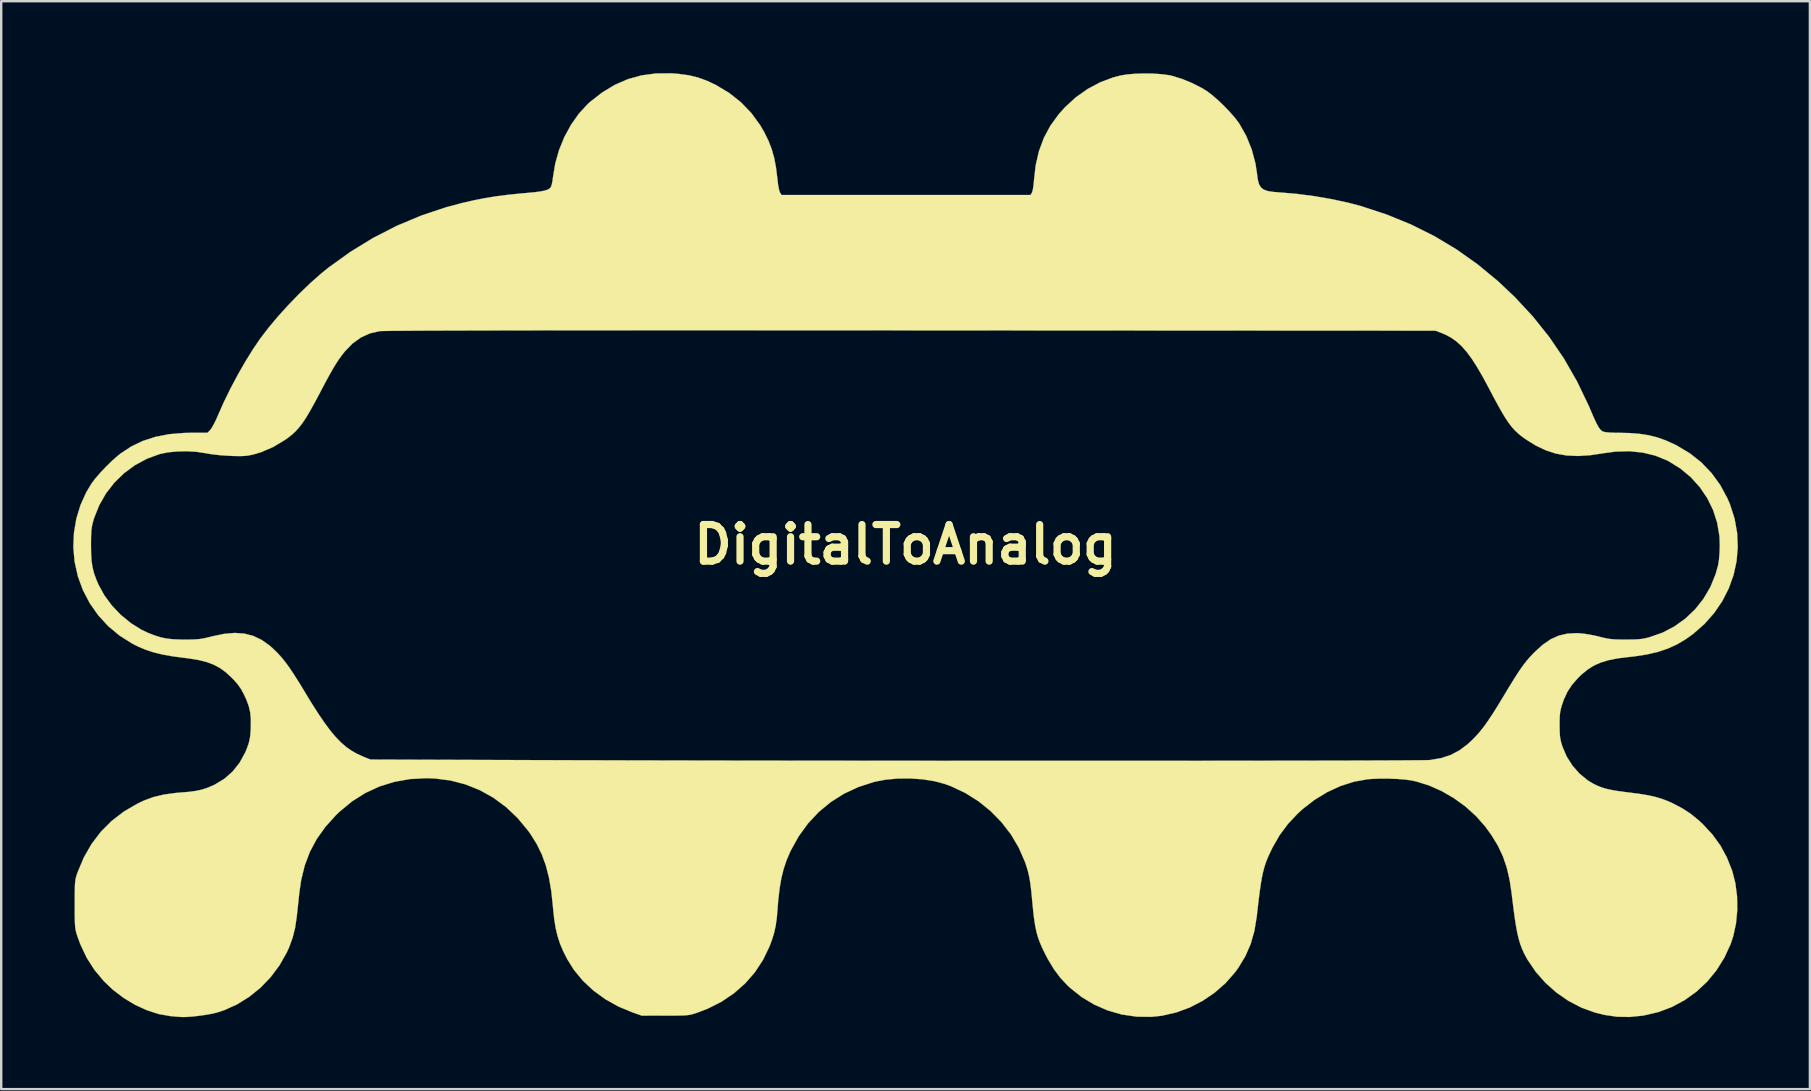
<source format=kicad_pcb>
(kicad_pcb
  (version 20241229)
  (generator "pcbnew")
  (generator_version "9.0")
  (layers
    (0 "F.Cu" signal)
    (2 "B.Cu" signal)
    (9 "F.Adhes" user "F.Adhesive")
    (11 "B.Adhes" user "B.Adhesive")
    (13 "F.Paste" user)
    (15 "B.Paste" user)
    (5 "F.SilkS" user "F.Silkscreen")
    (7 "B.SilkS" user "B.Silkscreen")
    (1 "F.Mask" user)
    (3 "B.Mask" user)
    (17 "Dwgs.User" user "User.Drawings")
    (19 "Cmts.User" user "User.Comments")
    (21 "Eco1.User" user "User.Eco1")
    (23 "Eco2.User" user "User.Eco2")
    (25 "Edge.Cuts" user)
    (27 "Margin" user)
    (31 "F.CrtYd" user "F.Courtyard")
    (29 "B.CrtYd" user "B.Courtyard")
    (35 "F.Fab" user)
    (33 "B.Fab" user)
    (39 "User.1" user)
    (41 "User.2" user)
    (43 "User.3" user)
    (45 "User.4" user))
  (footprint "DigitalToAnalog"
    (layer "F.Cu")
    (at 34.67 19.635)
    (property "Reference" "DigitalToAnalog" (at 0 0 0) (layer "F.SilkS") (effects (font (size 1.524 1.524) (thickness 0.3))))
    (attr through_hole)
    (fp_poly (pts (xy -9.467 -19.609) (xy -9.031 -19.55) (xy -8.637 -19.454) (xy -8.251 -19.312) (xy -7.904 -19.147) (xy -7.351 -18.816) (xy -6.858 -18.427) (xy -6.427 -17.98) (xy -6.059 -17.477) (xy -5.89 -17.187) (xy -5.713 -16.83) (xy -5.576 -16.478) (xy -5.472 -16.111) (xy -5.395 -15.706) (xy -5.338 -15.241) (xy -5.336 -15.223) (xy -5.31 -14.998) (xy -5.277 -14.816) (xy -5.243 -14.693) (xy -5.228 -14.662) (xy -5.163 -14.563) (xy 5.205 -14.563) (xy 5.265 -14.658) (xy 5.295 -14.745) (xy 5.322 -14.894) (xy 5.344 -15.081) (xy 5.349 -15.155) (xy 5.422 -15.8) (xy 5.559 -16.392) (xy 5.762 -16.939) (xy 6.034 -17.447) (xy 6.379 -17.923) (xy 6.643 -18.218) (xy 7.093 -18.63) (xy 7.587 -18.979) (xy 8.114 -19.259) (xy 8.663 -19.464) (xy 8.975 -19.543) (xy 9.255 -19.587) (xy 9.588 -19.614) (xy 9.949 -19.624) (xy 10.313 -19.618) (xy 10.657 -19.595) (xy 10.955 -19.556) (xy 11.096 -19.527) (xy 11.513 -19.399) (xy 11.938 -19.225) (xy 12.337 -19.022) (xy 12.535 -18.902) (xy 12.75 -18.742) (xy 12.995 -18.532) (xy 13.249 -18.291) (xy 13.494 -18.037) (xy 13.711 -17.79) (xy 13.881 -17.568) (xy 13.904 -17.533) (xy 14.196 -17.016) (xy 14.422 -16.456) (xy 14.577 -15.873) (xy 14.641 -15.451) (xy 14.674 -15.202) (xy 14.724 -15.014) (xy 14.803 -14.879) (xy 14.922 -14.786) (xy 15.092 -14.726) (xy 15.326 -14.69) (xy 15.579 -14.67) (xy 16.29 -14.61) (xy 17.022 -14.515) (xy 17.75 -14.39) (xy 18.444 -14.24) (xy 18.988 -14.095) (xy 20.055 -13.744) (xy 21.069 -13.328) (xy 22.034 -12.846) (xy 22.953 -12.295) (xy 23.833 -11.671) (xy 24.678 -10.973) (xy 25.38 -10.31) (xy 26.132 -9.5) (xy 26.813 -8.648) (xy 27.425 -7.75) (xy 27.97 -6.801) (xy 28.452 -5.797) (xy 28.551 -5.567) (xy 28.674 -5.28) (xy 28.776 -5.063) (xy 28.861 -4.906) (xy 28.936 -4.799) (xy 29.007 -4.732) (xy 29.042 -4.711) (xy 29.141 -4.685) (xy 29.317 -4.667) (xy 29.561 -4.658) (xy 29.676 -4.657) (xy 30.163 -4.646) (xy 30.587 -4.612) (xy 30.967 -4.553) (xy 31.321 -4.463) (xy 31.669 -4.338) (xy 32.03 -4.175) (xy 32.131 -4.125) (xy 32.67 -3.803) (xy 33.154 -3.419) (xy 33.578 -2.975) (xy 33.941 -2.475) (xy 34.239 -1.921) (xy 34.345 -1.672) (xy 34.534 -1.084) (xy 34.64 -0.49) (xy 34.667 0.104) (xy 34.617 0.692) (xy 34.492 1.267) (xy 34.293 1.822) (xy 34.024 2.351) (xy 33.686 2.848) (xy 33.281 3.306) (xy 32.812 3.718) (xy 32.502 3.94) (xy 32.137 4.156) (xy 31.756 4.331) (xy 31.342 4.47) (xy 30.882 4.577) (xy 30.361 4.657) (xy 30.121 4.683) (xy 29.669 4.739) (xy 29.286 4.814) (xy 28.958 4.913) (xy 28.67 5.042) (xy 28.407 5.209) (xy 28.155 5.417) (xy 28.025 5.543) (xy 27.771 5.829) (xy 27.576 6.122) (xy 27.423 6.451) (xy 27.341 6.689) (xy 27.296 6.847) (xy 27.267 6.996) (xy 27.251 7.162) (xy 27.245 7.37) (xy 27.245 7.535) (xy 27.249 7.778) (xy 27.259 7.963) (xy 27.281 8.116) (xy 27.317 8.265) (xy 27.362 8.412) (xy 27.54 8.827) (xy 27.783 9.21) (xy 28.08 9.546) (xy 28.421 9.824) (xy 28.644 9.958) (xy 28.82 10.044) (xy 28.996 10.114) (xy 29.187 10.172) (xy 29.408 10.221) (xy 29.676 10.267) (xy 30.006 10.311) (xy 30.163 10.33) (xy 30.577 10.384) (xy 30.924 10.441) (xy 31.221 10.507) (xy 31.488 10.585) (xy 31.741 10.68) (xy 31.946 10.771) (xy 32.353 10.984) (xy 32.708 11.215) (xy 33.044 11.49) (xy 33.204 11.638) (xy 33.609 12.074) (xy 33.942 12.532) (xy 34.212 13.028) (xy 34.432 13.581) (xy 34.436 13.594) (xy 34.568 14.107) (xy 34.638 14.655) (xy 34.647 15.217) (xy 34.595 15.774) (xy 34.481 16.305) (xy 34.375 16.629) (xy 34.111 17.203) (xy 33.783 17.729) (xy 33.395 18.202) (xy 32.953 18.617) (xy 32.462 18.971) (xy 31.93 19.258) (xy 31.36 19.473) (xy 30.759 19.613) (xy 30.702 19.622) (xy 30.156 19.677) (xy 29.635 19.667) (xy 29.115 19.591) (xy 28.707 19.489) (xy 28.148 19.285) (xy 27.613 19.006) (xy 27.112 18.659) (xy 26.655 18.253) (xy 26.252 17.796) (xy 25.913 17.296) (xy 25.851 17.187) (xy 25.757 17.006) (xy 25.675 16.824) (xy 25.604 16.631) (xy 25.542 16.418) (xy 25.484 16.175) (xy 25.431 15.89) (xy 25.378 15.554) (xy 25.325 15.157) (xy 25.267 14.689) (xy 25.251 14.55) (xy 25.165 13.971) (xy 25.045 13.455) (xy 24.884 12.984) (xy 24.675 12.541) (xy 24.411 12.107) (xy 24.147 11.743) (xy 23.764 11.308) (xy 23.323 10.91) (xy 22.837 10.558) (xy 22.321 10.26) (xy 21.788 10.026) (xy 21.253 9.862) (xy 21.061 9.822) (xy 20.8 9.787) (xy 20.482 9.762) (xy 20.135 9.749) (xy 19.783 9.747) (xy 19.456 9.759) (xy 19.241 9.776) (xy 18.677 9.878) (xy 18.115 10.058) (xy 17.563 10.313) (xy 17.033 10.636) (xy 16.534 11.023) (xy 16.345 11.196) (xy 15.932 11.634) (xy 15.586 12.099) (xy 15.289 12.616) (xy 15.261 12.673) (xy 15.162 12.879) (xy 15.078 13.068) (xy 15.007 13.251) (xy 14.946 13.44) (xy 14.892 13.644) (xy 14.844 13.874) (xy 14.798 14.142) (xy 14.753 14.457) (xy 14.706 14.83) (xy 14.655 15.272) (xy 14.63 15.494) (xy 14.533 16.09) (xy 14.379 16.632) (xy 14.16 17.136) (xy 13.873 17.613) (xy 13.729 17.812) (xy 13.333 18.265) (xy 12.878 18.664) (xy 12.376 19.005) (xy 11.837 19.283) (xy 11.27 19.491) (xy 10.687 19.624) (xy 10.245 19.672) (xy 9.621 19.664) (xy 9.01 19.574) (xy 8.42 19.405) (xy 7.857 19.16) (xy 7.327 18.84) (xy 6.838 18.449) (xy 6.743 18.359) (xy 6.446 18.041) (xy 6.18 17.684) (xy 5.93 17.27) (xy 5.81 17.039) (xy 5.693 16.799) (xy 5.598 16.579) (xy 5.521 16.367) (xy 5.458 16.147) (xy 5.406 15.905) (xy 5.362 15.626) (xy 5.322 15.296) (xy 5.283 14.901) (xy 5.27 14.758) (xy 5.235 14.401) (xy 5.199 14.109) (xy 5.158 13.861) (xy 5.108 13.639) (xy 5.045 13.421) (xy 4.972 13.208) (xy 4.717 12.623) (xy 4.39 12.071) (xy 3.996 11.561) (xy 3.543 11.099) (xy 3.039 10.691) (xy 2.49 10.346) (xy 1.903 10.068) (xy 1.635 9.97) (xy 1.196 9.853) (xy 0.706 9.777) (xy 0.187 9.741) (xy -0.336 9.746) (xy -0.839 9.793) (xy -1.3 9.882) (xy -1.308 9.885) (xy -1.957 10.095) (xy -2.56 10.375) (xy -3.114 10.724) (xy -3.616 11.138) (xy -4.063 11.617) (xy -4.455 12.158) (xy -4.787 12.758) (xy -4.802 12.789) (xy -4.953 13.142) (xy -5.075 13.505) (xy -5.172 13.893) (xy -5.246 14.322) (xy -5.302 14.809) (xy -5.331 15.177) (xy -5.363 15.557) (xy -5.409 15.88) (xy -5.474 16.175) (xy -5.565 16.469) (xy -5.668 16.743) (xy -5.938 17.303) (xy -6.276 17.817) (xy -6.68 18.28) (xy -7.145 18.689) (xy -7.667 19.042) (xy -8.243 19.333) (xy -8.678 19.5) (xy -8.796 19.538) (xy -8.898 19.568) (xy -8.997 19.589) (xy -9.109 19.604) (xy -9.247 19.613) (xy -9.426 19.618) (xy -9.658 19.62) (xy -9.96 19.621) (xy -10.012 19.621) (xy -10.986 19.622) (xy -11.375 19.485) (xy -11.963 19.241) (xy -12.508 18.935) (xy -13.003 18.575) (xy -13.441 18.165) (xy -13.815 17.712) (xy -14.092 17.269) (xy -14.26 16.936) (xy -14.393 16.621) (xy -14.496 16.303) (xy -14.576 15.962) (xy -14.636 15.58) (xy -14.683 15.137) (xy -14.69 15.05) (xy -14.757 14.425) (xy -14.853 13.868) (xy -14.982 13.367) (xy -15.149 12.909) (xy -15.357 12.482) (xy -15.612 12.072) (xy -15.718 11.922) (xy -16.156 11.393) (xy -16.64 10.934) (xy -17.165 10.545) (xy -17.729 10.23) (xy -18.328 9.989) (xy -18.956 9.826) (xy -19.612 9.742) (xy -19.96 9.73) (xy -20.645 9.767) (xy -21.297 9.883) (xy -21.916 10.076) (xy -22.502 10.347) (xy -23.054 10.695) (xy -23.57 11.121) (xy -23.732 11.276) (xy -24.168 11.761) (xy -24.526 12.263) (xy -24.81 12.793) (xy -25.025 13.36) (xy -25.175 13.973) (xy -25.25 14.488) (xy -25.278 14.751) (xy -25.308 15.029) (xy -25.336 15.289) (xy -25.359 15.498) (xy -25.36 15.507) (xy -25.428 15.968) (xy -25.532 16.381) (xy -25.679 16.78) (xy -25.78 17) (xy -26.082 17.532) (xy -26.448 18.02) (xy -26.869 18.458) (xy -27.338 18.837) (xy -27.846 19.153) (xy -28.385 19.396) (xy -28.674 19.491) (xy -28.88 19.541) (xy -29.14 19.587) (xy -29.425 19.628) (xy -29.708 19.659) (xy -29.961 19.677) (xy -30.141 19.679) (xy -30.256 19.672) (xy -30.421 19.659) (xy -30.605 19.642) (xy -30.628 19.64) (xy -31.114 19.554) (xy -31.61 19.393) (xy -32.103 19.166) (xy -32.578 18.878) (xy -33.023 18.538) (xy -33.385 18.194) (xy -33.781 17.722) (xy -34.107 17.214) (xy -34.371 16.656) (xy -34.487 16.341) (xy -34.525 16.224) (xy -34.554 16.123) (xy -34.575 16.024) (xy -34.59 15.913) (xy -34.599 15.777) (xy -34.604 15.6) (xy -34.607 15.37) (xy -34.607 15.073) (xy -34.607 14.986) (xy -34.607 14.67) (xy -34.605 14.425) (xy -34.601 14.237) (xy -34.593 14.093) (xy -34.58 13.98) (xy -34.561 13.883) (xy -34.535 13.789) (xy -34.499 13.685) (xy -34.488 13.652) (xy -34.228 13.033) (xy -33.904 12.469) (xy -33.518 11.961) (xy -33.07 11.512) (xy -32.56 11.12) (xy -31.991 10.789) (xy -31.713 10.658) (xy -31.322 10.515) (xy -30.888 10.412) (xy -30.395 10.345) (xy -30.189 10.328) (xy -29.842 10.299) (xy -29.557 10.26) (xy -29.312 10.207) (xy -29.085 10.133) (xy -28.853 10.035) (xy -28.765 9.993) (xy -28.367 9.751) (xy -28.022 9.444) (xy -27.732 9.076) (xy -27.5 8.649) (xy -27.426 8.467) (xy -27.363 8.284) (xy -27.321 8.122) (xy -27.295 7.952) (xy -27.278 7.742) (xy -27.273 7.619) (xy -27.27 7.281) (xy -27.296 6.994) (xy -27.358 6.726) (xy -27.462 6.448) (xy -27.563 6.231) (xy -27.682 6.012) (xy -27.818 5.819) (xy -27.994 5.62) (xy -28.06 5.553) (xy -28.303 5.328) (xy -28.548 5.148) (xy -28.81 5.006) (xy -29.103 4.895) (xy -29.444 4.809) (xy -29.848 4.742) (xy -30.052 4.717) (xy -30.538 4.653) (xy -30.956 4.578) (xy -31.324 4.488) (xy -31.658 4.378) (xy -31.975 4.244) (xy -32.225 4.116) (xy -32.747 3.786) (xy -33.217 3.392) (xy -33.63 2.942) (xy -33.98 2.443) (xy -34.264 1.901) (xy -34.476 1.323) (xy -34.612 0.716) (xy -34.613 0.709) (xy -34.665 0.108) (xy -34.662 0.042) (xy -33.93 0.042) (xy -33.924 0.401) (xy -33.904 0.698) (xy -33.864 0.958) (xy -33.801 1.202) (xy -33.71 1.453) (xy -33.615 1.674) (xy -33.371 2.118) (xy -33.058 2.541) (xy -32.689 2.927) (xy -32.278 3.265) (xy -31.84 3.541) (xy -31.544 3.681) (xy -31.266 3.788) (xy -31.019 3.865) (xy -30.777 3.915) (xy -30.514 3.944) (xy -30.205 3.956) (xy -30.035 3.957) (xy -29.774 3.956) (xy -29.572 3.949) (xy -29.401 3.934) (xy -29.237 3.907) (xy -29.052 3.866) (xy -28.87 3.82) (xy -28.381 3.718) (xy -27.941 3.68) (xy -27.54 3.709) (xy -27.17 3.804) (xy -26.822 3.97) (xy -26.488 4.207) (xy -26.339 4.339) (xy -26.162 4.512) (xy -25.994 4.697) (xy -25.826 4.905) (xy -25.65 5.148) (xy -25.459 5.435) (xy -25.243 5.778) (xy -25.056 6.087) (xy -24.744 6.6) (xy -24.462 7.042) (xy -24.204 7.421) (xy -23.966 7.742) (xy -23.74 8.013) (xy -23.52 8.239) (xy -23.303 8.428) (xy -23.08 8.584) (xy -22.847 8.716) (xy -22.598 8.829) (xy -22.572 8.84) (xy -22.288 8.954) (xy -16.192 8.975) (xy -15.316 8.978) (xy -14.396 8.981) (xy -13.437 8.984) (xy -12.442 8.986) (xy -11.414 8.989) (xy -10.356 8.991) (xy -9.27 8.993) (xy -8.161 8.995) (xy -7.031 8.997) (xy -5.883 8.998) (xy -4.72 9) (xy -3.546 9.001) (xy -2.363 9.002) (xy -1.174 9.003) (xy 0.017 9.004) (xy 1.207 9.005) (xy 2.394 9.006) (xy 3.573 9.006) (xy 4.743 9.007) (xy 5.9 9.007) (xy 7.041 9.007) (xy 8.162 9.007) (xy 9.262 9.007) (xy 10.336 9.006) (xy 11.382 9.006) (xy 12.396 9.005) (xy 13.376 9.004) (xy 14.318 9.003) (xy 15.22 9.002) (xy 16.077 9.001) (xy 16.888 9) (xy 17.65 8.998) (xy 18.358 8.997) (xy 19.01 8.995) (xy 19.603 8.993) (xy 20.133 8.991) (xy 20.599 8.989) (xy 20.996 8.986) (xy 21.321 8.984) (xy 21.572 8.981) (xy 21.746 8.978) (xy 21.838 8.975) (xy 21.85 8.974) (xy 22.305 8.895) (xy 22.706 8.765) (xy 23.07 8.574) (xy 23.417 8.313) (xy 23.618 8.126) (xy 23.783 7.955) (xy 23.94 7.775) (xy 24.098 7.575) (xy 24.263 7.343) (xy 24.445 7.07) (xy 24.65 6.745) (xy 24.886 6.356) (xy 24.911 6.314) (xy 25.135 5.943) (xy 25.324 5.635) (xy 25.486 5.38) (xy 25.628 5.169) (xy 25.757 4.99) (xy 25.88 4.833) (xy 26.005 4.689) (xy 26.139 4.547) (xy 26.222 4.462) (xy 26.552 4.165) (xy 26.875 3.944) (xy 27.205 3.795) (xy 27.554 3.712) (xy 27.935 3.689) (xy 28.065 3.693) (xy 28.268 3.714) (xy 28.514 3.753) (xy 28.765 3.804) (xy 28.892 3.835) (xy 29.091 3.884) (xy 29.259 3.919) (xy 29.422 3.94) (xy 29.604 3.952) (xy 29.831 3.957) (xy 29.993 3.957) (xy 30.266 3.955) (xy 30.476 3.948) (xy 30.648 3.932) (xy 30.803 3.905) (xy 30.965 3.866) (xy 30.988 3.86) (xy 31.529 3.67) (xy 32.03 3.409) (xy 32.486 3.082) (xy 32.891 2.696) (xy 33.24 2.256) (xy 33.525 1.769) (xy 33.742 1.241) (xy 33.846 0.868) (xy 33.884 0.638) (xy 33.908 0.356) (xy 33.918 0.053) (xy 33.911 -0.239) (xy 33.903 -0.359) (xy 33.81 -0.911) (xy 33.64 -1.44) (xy 33.396 -1.936) (xy 33.085 -2.395) (xy 32.709 -2.809) (xy 32.275 -3.171) (xy 31.787 -3.473) (xy 31.72 -3.507) (xy 31.239 -3.704) (xy 30.717 -3.831) (xy 30.163 -3.889) (xy 29.587 -3.875) (xy 29.104 -3.81) (xy 28.53 -3.724) (xy 28.011 -3.691) (xy 27.537 -3.712) (xy 27.094 -3.79) (xy 26.672 -3.927) (xy 26.258 -4.124) (xy 25.886 -4.353) (xy 25.708 -4.478) (xy 25.55 -4.602) (xy 25.407 -4.733) (xy 25.271 -4.88) (xy 25.137 -5.053) (xy 24.997 -5.259) (xy 24.846 -5.509) (xy 24.676 -5.811) (xy 24.48 -6.173) (xy 24.317 -6.484) (xy 24.055 -6.972) (xy 23.814 -7.387) (xy 23.59 -7.737) (xy 23.375 -8.028) (xy 23.164 -8.267) (xy 22.951 -8.462) (xy 22.729 -8.619) (xy 22.493 -8.745) (xy 22.32 -8.818) (xy 22.077 -8.911) (xy 0.254 -8.923) (xy -1.601 -8.924) (xy -3.371 -8.925) (xy -5.057 -8.925) (xy -6.661 -8.926) (xy -8.181 -8.926) (xy -9.619 -8.926) (xy -10.975 -8.926) (xy -12.249 -8.925) (xy -13.442 -8.925) (xy -14.555 -8.924) (xy -15.587 -8.923) (xy -16.539 -8.921) (xy -17.413 -8.92) (xy -18.207 -8.918) (xy -18.923 -8.916) (xy -19.561 -8.914) (xy -20.121 -8.912) (xy -20.604 -8.909) (xy -21.011 -8.906) (xy -21.341 -8.904) (xy -21.596 -8.9) (xy -21.775 -8.897) (xy -21.879 -8.893) (xy -21.904 -8.891) (xy -22.309 -8.799) (xy -22.683 -8.63) (xy -23.027 -8.384) (xy -23.344 -8.058) (xy -23.382 -8.012) (xy -23.499 -7.861) (xy -23.611 -7.706) (xy -23.723 -7.536) (xy -23.843 -7.338) (xy -23.977 -7.103) (xy -24.133 -6.819) (xy -24.316 -6.474) (xy -24.403 -6.307) (xy -24.616 -5.907) (xy -24.801 -5.574) (xy -24.965 -5.298) (xy -25.116 -5.07) (xy -25.261 -4.881) (xy -25.407 -4.72) (xy -25.562 -4.577) (xy -25.732 -4.443) (xy -25.844 -4.364) (xy -26.338 -4.067) (xy -26.845 -3.849) (xy -27.133 -3.763) (xy -27.291 -3.726) (xy -27.433 -3.702) (xy -27.583 -3.69) (xy -27.763 -3.686) (xy -27.996 -3.691) (xy -28.107 -3.695) (xy -28.517 -3.72) (xy -28.898 -3.763) (xy -29.168 -3.809) (xy -29.533 -3.864) (xy -29.932 -3.888) (xy -30.337 -3.88) (xy -30.719 -3.843) (xy -31.052 -3.776) (xy -31.073 -3.77) (xy -31.605 -3.575) (xy -32.101 -3.307) (xy -32.553 -2.974) (xy -32.956 -2.582) (xy -33.302 -2.137) (xy -33.584 -1.646) (xy -33.797 -1.116) (xy -33.833 -0.995) (xy -33.871 -0.851) (xy -33.898 -0.715) (xy -33.915 -0.567) (xy -33.925 -0.387) (xy -33.929 -0.156) (xy -33.93 0.042) (xy -34.662 0.042) (xy -34.639 -0.494) (xy -34.539 -1.085) (xy -34.365 -1.653) (xy -34.122 -2.188) (xy -33.906 -2.545) (xy -33.745 -2.758) (xy -33.535 -3) (xy -33.297 -3.252) (xy -33.049 -3.493) (xy -32.812 -3.702) (xy -32.707 -3.786) (xy -32.259 -4.083) (xy -31.775 -4.316) (xy -31.248 -4.487) (xy -30.674 -4.599) (xy -30.044 -4.651) (xy -29.751 -4.657) (xy -29.075 -4.657) (xy -28.956 -4.783) (xy -28.893 -4.873) (xy -28.81 -5.02) (xy -28.719 -5.204) (xy -28.639 -5.387) (xy -28.395 -5.936) (xy -28.115 -6.509) (xy -27.81 -7.082) (xy -27.493 -7.635) (xy -27.175 -8.147) (xy -26.889 -8.568) (xy -26.543 -9.021) (xy -26.144 -9.498) (xy -25.708 -9.98) (xy -25.25 -10.452) (xy -24.789 -10.895) (xy -24.34 -11.293) (xy -24.044 -11.532) (xy -23.129 -12.191) (xy -22.179 -12.773) (xy -21.193 -13.278) (xy -20.172 -13.706) (xy -19.117 -14.057) (xy -18.488 -14.225) (xy -18.002 -14.337) (xy -17.534 -14.43) (xy -17.062 -14.507) (xy -16.561 -14.571) (xy -16.008 -14.627) (xy -15.769 -14.648) (xy -15.451 -14.678) (xy -15.207 -14.71) (xy -15.027 -14.746) (xy -14.9 -14.789) (xy -14.816 -14.839) (xy -14.793 -14.862) (xy -14.745 -14.962) (xy -14.705 -15.142) (xy -14.685 -15.304) (xy -14.591 -15.875) (xy -14.431 -16.438) (xy -14.21 -16.979) (xy -13.934 -17.486) (xy -13.612 -17.944) (xy -13.248 -18.341) (xy -13.137 -18.442) (xy -12.628 -18.839) (xy -12.106 -19.153) (xy -11.563 -19.388) (xy -10.996 -19.545) (xy -10.398 -19.625) (xy -9.764 -19.63) (xy -9.467 -19.609)) (stroke (width 0.01) (type solid)) (fill yes) (layer "F.SilkS")))
  (gr_rect
    (start -3 -3)
    (end 72.342 42.319)
    (stroke (width 0.1) (type default))
    (fill no)
    (layer "Edge.Cuts")))
</source>
